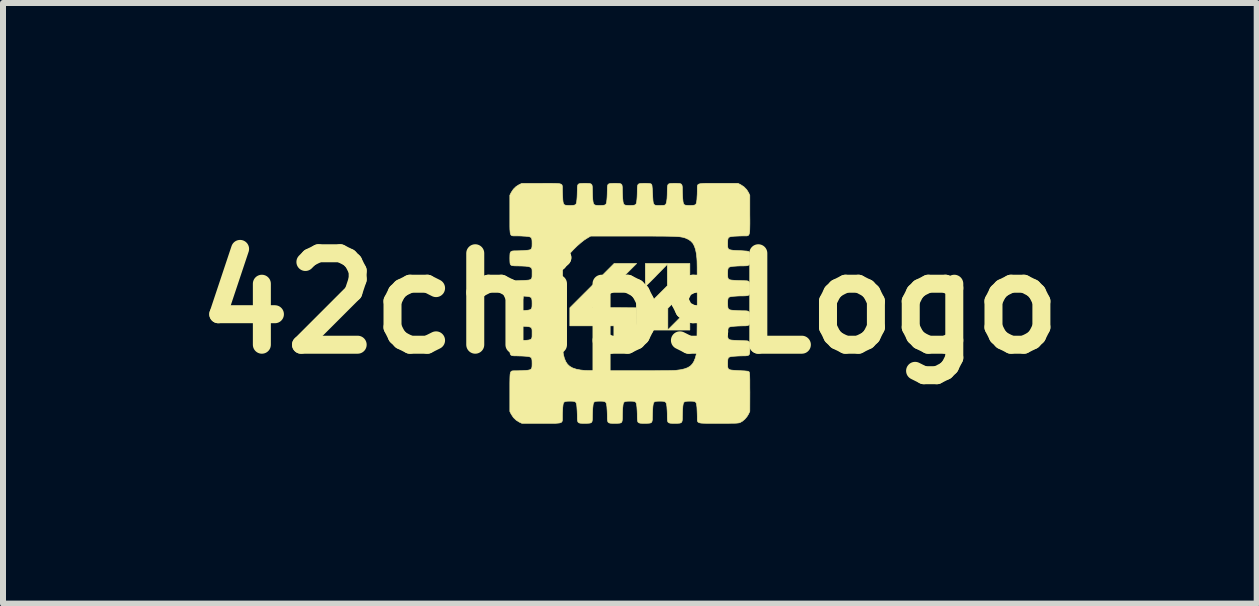
<source format=kicad_pcb>
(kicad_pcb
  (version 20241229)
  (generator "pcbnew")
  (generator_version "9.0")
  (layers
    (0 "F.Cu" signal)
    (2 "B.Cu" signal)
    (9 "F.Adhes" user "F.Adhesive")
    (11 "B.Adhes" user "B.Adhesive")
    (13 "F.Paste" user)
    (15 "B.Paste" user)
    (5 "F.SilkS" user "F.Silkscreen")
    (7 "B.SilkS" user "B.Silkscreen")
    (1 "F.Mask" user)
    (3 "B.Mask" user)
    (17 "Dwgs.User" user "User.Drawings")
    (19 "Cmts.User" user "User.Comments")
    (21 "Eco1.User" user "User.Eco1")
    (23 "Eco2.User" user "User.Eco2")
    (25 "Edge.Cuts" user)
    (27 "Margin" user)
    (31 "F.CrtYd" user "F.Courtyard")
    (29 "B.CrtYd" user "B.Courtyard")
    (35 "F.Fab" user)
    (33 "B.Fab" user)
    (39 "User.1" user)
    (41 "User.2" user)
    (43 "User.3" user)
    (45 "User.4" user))
  (footprint "42chipsLogo"
    (layer "F.Cu")
    (at 7.446 2.005)
    (property "Reference" "42chipsLogo" (at 0 0 0) (layer "F.SilkS") (effects (font (size 1.524 1.524) (thickness 0.3))))
    (attr through_hole)
    (fp_poly (pts (xy -0.621 0.07) (xy -0.258 0.072) (xy 0.105 0.074) (xy 0.107 0.412) (xy 0.11 0.75) (xy -0.266 0.75) (xy -0.266 0.375) (xy -1 0.375) (xy -1 0.074) (xy -0.631 -0.295) (xy -0.262 -0.664) (xy 0.113 -0.664) (xy -0.621 0.07)) (stroke (width 0.01) (type solid)) (fill yes) (layer "F.SilkS"))
    (fp_poly (pts (xy 1 -0.285) (xy 0.816 -0.102) (xy 0.633 0.082) (xy 0.633 0.441) (xy 0.816 0.258) (xy 1 0.074) (xy 1 0.445) (xy 0.258 0.445) (xy 0.258 0.074) (xy 0.441 -0.109) (xy 0.625 -0.293) (xy 0.625 -0.651) (xy 0.448 -0.47) (xy 0.406 -0.426) (xy 0.366 -0.386) (xy 0.331 -0.351) (xy 0.302 -0.323) (xy 0.281 -0.302) (xy 0.268 -0.291) (xy 0.265 -0.289) (xy 0.263 -0.296) (xy 0.261 -0.318) (xy 0.259 -0.351) (xy 0.258 -0.395) (xy 0.258 -0.447) (xy 0.258 -0.476) (xy 0.258 -0.664) (xy 1 -0.664) (xy 1 -0.285)) (stroke (width 0.01) (type solid)) (fill yes) (layer "F.SilkS"))
    (fp_poly (pts (xy 1.415 -2) (xy 1.479 -2) (xy 1.802 -2) (xy 1.849 -1.976) (xy 1.902 -1.941) (xy 1.947 -1.895) (xy 1.98 -1.842) (xy 1.98 -1.841) (xy 1.999 -1.8) (xy 1.999 -1.478) (xy 2 -1.394) (xy 2 -1.325) (xy 1.999 -1.269) (xy 1.998 -1.224) (xy 1.996 -1.189) (xy 1.991 -1.164) (xy 1.985 -1.146) (xy 1.976 -1.134) (xy 1.964 -1.127) (xy 1.948 -1.124) (xy 1.929 -1.124) (xy 1.905 -1.124) (xy 1.884 -1.124) (xy 1.84 -1.123) (xy 1.792 -1.121) (xy 1.748 -1.119) (xy 1.731 -1.118) (xy 1.691 -1.113) (xy 1.663 -1.107) (xy 1.645 -1.095) (xy 1.635 -1.077) (xy 1.631 -1.048) (xy 1.63 -1.006) (xy 1.63 -1) (xy 1.63 -0.965) (xy 1.631 -0.938) (xy 1.636 -0.919) (xy 1.645 -0.904) (xy 1.661 -0.895) (xy 1.686 -0.889) (xy 1.721 -0.884) (xy 1.769 -0.881) (xy 1.821 -0.879) (xy 1.874 -0.876) (xy 1.915 -0.873) (xy 1.944 -0.871) (xy 1.963 -0.868) (xy 1.976 -0.865) (xy 1.984 -0.861) (xy 1.988 -0.856) (xy 1.994 -0.843) (xy 1.997 -0.821) (xy 1.999 -0.787) (xy 2 -0.748) (xy 1.999 -0.702) (xy 1.997 -0.669) (xy 1.99 -0.647) (xy 1.976 -0.634) (xy 1.954 -0.627) (xy 1.921 -0.625) (xy 1.88 -0.624) (xy 1.836 -0.624) (xy 1.789 -0.622) (xy 1.747 -0.619) (xy 1.727 -0.618) (xy 1.689 -0.613) (xy 1.662 -0.606) (xy 1.645 -0.594) (xy 1.635 -0.575) (xy 1.631 -0.546) (xy 1.63 -0.504) (xy 1.63 -0.5) (xy 1.63 -0.462) (xy 1.632 -0.434) (xy 1.638 -0.414) (xy 1.65 -0.4) (xy 1.669 -0.392) (xy 1.698 -0.387) (xy 1.738 -0.384) (xy 1.791 -0.381) (xy 1.836 -0.38) (xy 1.877 -0.378) (xy 1.911 -0.377) (xy 1.935 -0.376) (xy 1.943 -0.376) (xy 1.964 -0.373) (xy 1.98 -0.365) (xy 1.99 -0.35) (xy 1.996 -0.326) (xy 1.999 -0.29) (xy 2 -0.25) (xy 1.999 -0.203) (xy 1.997 -0.17) (xy 1.99 -0.148) (xy 1.977 -0.134) (xy 1.956 -0.128) (xy 1.924 -0.125) (xy 1.884 -0.124) (xy 1.84 -0.124) (xy 1.792 -0.122) (xy 1.748 -0.119) (xy 1.731 -0.118) (xy 1.691 -0.113) (xy 1.663 -0.107) (xy 1.645 -0.096) (xy 1.635 -0.077) (xy 1.631 -0.048) (xy 1.63 -0.006) (xy 1.63 0) (xy 1.631 0.042) (xy 1.634 0.072) (xy 1.642 0.092) (xy 1.657 0.104) (xy 1.682 0.112) (xy 1.719 0.116) (xy 1.751 0.118) (xy 1.796 0.121) (xy 1.842 0.123) (xy 1.884 0.124) (xy 1.904 0.124) (xy 1.94 0.125) (xy 1.965 0.129) (xy 1.982 0.138) (xy 1.992 0.153) (xy 1.998 0.179) (xy 1.999 0.216) (xy 2 0.25) (xy 1.999 0.297) (xy 1.997 0.33) (xy 1.99 0.352) (xy 1.977 0.365) (xy 1.957 0.372) (xy 1.926 0.375) (xy 1.892 0.375) (xy 1.847 0.376) (xy 1.796 0.378) (xy 1.748 0.381) (xy 1.739 0.382) (xy 1.696 0.386) (xy 1.666 0.392) (xy 1.647 0.403) (xy 1.636 0.421) (xy 1.631 0.448) (xy 1.63 0.488) (xy 1.63 0.5) (xy 1.63 0.538) (xy 1.632 0.566) (xy 1.638 0.586) (xy 1.65 0.6) (xy 1.67 0.608) (xy 1.699 0.613) (xy 1.741 0.616) (xy 1.787 0.618) (xy 1.832 0.62) (xy 1.873 0.622) (xy 1.908 0.623) (xy 1.932 0.624) (xy 1.939 0.624) (xy 1.962 0.626) (xy 1.978 0.633) (xy 1.989 0.647) (xy 1.996 0.67) (xy 1.999 0.704) (xy 2 0.75) (xy 1.999 0.796) (xy 1.997 0.83) (xy 1.99 0.852) (xy 1.977 0.865) (xy 1.956 0.872) (xy 1.924 0.875) (xy 1.884 0.875) (xy 1.84 0.876) (xy 1.792 0.878) (xy 1.748 0.881) (xy 1.731 0.882) (xy 1.691 0.886) (xy 1.663 0.893) (xy 1.645 0.904) (xy 1.635 0.923) (xy 1.631 0.952) (xy 1.63 0.993) (xy 1.63 1) (xy 1.63 1.034) (xy 1.631 1.061) (xy 1.636 1.081) (xy 1.645 1.095) (xy 1.661 1.105) (xy 1.686 1.111) (xy 1.721 1.115) (xy 1.769 1.118) (xy 1.821 1.121) (xy 1.874 1.124) (xy 1.915 1.126) (xy 1.944 1.129) (xy 1.963 1.131) (xy 1.976 1.135) (xy 1.984 1.139) (xy 1.988 1.144) (xy 1.991 1.15) (xy 1.994 1.161) (xy 1.995 1.178) (xy 1.997 1.203) (xy 1.998 1.237) (xy 1.999 1.281) (xy 1.999 1.337) (xy 1.999 1.406) (xy 2 1.48) (xy 1.999 1.8) (xy 1.977 1.847) (xy 1.951 1.889) (xy 1.916 1.93) (xy 1.876 1.964) (xy 1.841 1.984) (xy 1.832 1.988) (xy 1.822 1.991) (xy 1.809 1.993) (xy 1.792 1.995) (xy 1.77 1.997) (xy 1.74 1.998) (xy 1.701 1.998) (xy 1.651 1.999) (xy 1.59 1.999) (xy 1.515 1.999) (xy 1.482 1.999) (xy 1.398 2) (xy 1.328 2) (xy 1.271 1.999) (xy 1.226 1.998) (xy 1.191 1.996) (xy 1.165 1.992) (xy 1.146 1.985) (xy 1.134 1.976) (xy 1.128 1.965) (xy 1.124 1.949) (xy 1.124 1.93) (xy 1.124 1.907) (xy 1.124 1.884) (xy 1.123 1.84) (xy 1.121 1.792) (xy 1.119 1.748) (xy 1.118 1.731) (xy 1.113 1.691) (xy 1.107 1.663) (xy 1.095 1.645) (xy 1.077 1.635) (xy 1.048 1.631) (xy 1.006 1.63) (xy 1 1.63) (xy 0.956 1.631) (xy 0.926 1.635) (xy 0.906 1.644) (xy 0.894 1.66) (xy 0.887 1.687) (xy 0.882 1.725) (xy 0.882 1.731) (xy 0.879 1.771) (xy 0.877 1.818) (xy 0.876 1.865) (xy 0.875 1.884) (xy 0.875 1.927) (xy 0.872 1.958) (xy 0.864 1.979) (xy 0.85 1.991) (xy 0.827 1.997) (xy 0.793 1.999) (xy 0.75 2) (xy 0.703 1.999) (xy 0.67 1.997) (xy 0.648 1.99) (xy 0.634 1.977) (xy 0.627 1.955) (xy 0.625 1.923) (xy 0.624 1.88) (xy 0.624 1.836) (xy 0.622 1.789) (xy 0.619 1.747) (xy 0.618 1.727) (xy 0.613 1.689) (xy 0.606 1.662) (xy 0.594 1.645) (xy 0.575 1.635) (xy 0.546 1.631) (xy 0.504 1.63) (xy 0.5 1.63) (xy 0.457 1.631) (xy 0.427 1.634) (xy 0.407 1.643) (xy 0.395 1.66) (xy 0.388 1.686) (xy 0.383 1.725) (xy 0.382 1.743) (xy 0.379 1.788) (xy 0.377 1.838) (xy 0.376 1.883) (xy 0.375 1.896) (xy 0.375 1.935) (xy 0.371 1.962) (xy 0.363 1.981) (xy 0.348 1.992) (xy 0.324 1.997) (xy 0.288 1.999) (xy 0.25 2) (xy 0.203 1.999) (xy 0.17 1.997) (xy 0.148 1.99) (xy 0.134 1.977) (xy 0.128 1.956) (xy 0.125 1.924) (xy 0.124 1.884) (xy 0.124 1.84) (xy 0.122 1.792) (xy 0.119 1.748) (xy 0.118 1.731) (xy 0.113 1.691) (xy 0.107 1.663) (xy 0.096 1.645) (xy 0.077 1.635) (xy 0.048 1.631) (xy 0.006 1.63) (xy 0 1.63) (xy -0.043 1.631) (xy -0.074 1.635) (xy -0.094 1.644) (xy -0.106 1.66) (xy -0.113 1.687) (xy -0.117 1.725) (xy -0.118 1.731) (xy -0.121 1.771) (xy -0.123 1.818) (xy -0.124 1.865) (xy -0.124 1.884) (xy -0.125 1.927) (xy -0.128 1.958) (xy -0.135 1.979) (xy -0.149 1.991) (xy -0.173 1.997) (xy -0.207 1.999) (xy -0.25 2) (xy -0.297 1.999) (xy -0.33 1.997) (xy -0.352 1.99) (xy -0.365 1.977) (xy -0.372 1.955) (xy -0.375 1.923) (xy -0.375 1.88) (xy -0.376 1.836) (xy -0.378 1.789) (xy -0.381 1.747) (xy -0.382 1.727) (xy -0.387 1.689) (xy -0.394 1.662) (xy -0.405 1.645) (xy -0.425 1.635) (xy -0.454 1.631) (xy -0.496 1.63) (xy -0.5 1.63) (xy -0.543 1.631) (xy -0.573 1.634) (xy -0.593 1.643) (xy -0.605 1.66) (xy -0.612 1.686) (xy -0.616 1.725) (xy -0.618 1.743) (xy -0.621 1.788) (xy -0.623 1.838) (xy -0.624 1.883) (xy -0.624 1.896) (xy -0.625 1.935) (xy -0.628 1.962) (xy -0.636 1.981) (xy -0.652 1.992) (xy -0.676 1.997) (xy -0.712 1.999) (xy -0.75 2) (xy -0.796 1.999) (xy -0.83 1.997) (xy -0.852 1.99) (xy -0.865 1.977) (xy -0.872 1.956) (xy -0.875 1.924) (xy -0.875 1.884) (xy -0.876 1.84) (xy -0.878 1.792) (xy -0.881 1.748) (xy -0.882 1.731) (xy -0.886 1.691) (xy -0.893 1.663) (xy -0.904 1.645) (xy -0.923 1.635) (xy -0.952 1.631) (xy -0.993 1.63) (xy -1 1.63) (xy -1.043 1.631) (xy -1.073 1.635) (xy -1.093 1.644) (xy -1.106 1.66) (xy -1.113 1.687) (xy -1.117 1.725) (xy -1.118 1.731) (xy -1.12 1.771) (xy -1.123 1.818) (xy -1.124 1.865) (xy -1.124 1.884) (xy -1.124 1.912) (xy -1.124 1.934) (xy -1.125 1.953) (xy -1.129 1.967) (xy -1.137 1.979) (xy -1.15 1.987) (xy -1.17 1.993) (xy -1.197 1.996) (xy -1.235 1.999) (xy -1.282 2) (xy -1.342 2) (xy -1.415 2) (xy -1.478 1.999) (xy -1.8 1.999) (xy -1.841 1.98) (xy -1.894 1.947) (xy -1.94 1.903) (xy -1.975 1.85) (xy -1.976 1.849) (xy -2 1.802) (xy -2 1.479) (xy -2 1.395) (xy -2 1.326) (xy -1.999 1.269) (xy -1.998 1.224) (xy -1.996 1.19) (xy -1.992 1.164) (xy -1.986 1.146) (xy -1.977 1.134) (xy -1.966 1.128) (xy -1.951 1.125) (xy -1.933 1.124) (xy -1.91 1.124) (xy -1.892 1.124) (xy -1.847 1.123) (xy -1.796 1.121) (xy -1.748 1.118) (xy -1.739 1.118) (xy -1.696 1.114) (xy -1.665 1.107) (xy -1.646 1.096) (xy -1.635 1.078) (xy -1.63 1.05) (xy -1.629 1.01) (xy -1.629 1) (xy -1.63 0.956) (xy -1.634 0.926) (xy -1.643 0.906) (xy -1.661 0.894) (xy -1.688 0.887) (xy -1.728 0.882) (xy -1.731 0.882) (xy -1.771 0.879) (xy -1.818 0.877) (xy -1.865 0.876) (xy -1.884 0.875) (xy -1.927 0.875) (xy -1.958 0.872) (xy -1.979 0.864) (xy -1.991 0.85) (xy -1.997 0.827) (xy -1.999 0.793) (xy -2 0.75) (xy -1.999 0.703) (xy -1.996 0.669) (xy -1.989 0.647) (xy -1.978 0.633) (xy -1.961 0.627) (xy -1.937 0.624) (xy -1.935 0.624) (xy -1.915 0.624) (xy -1.884 0.622) (xy -1.844 0.621) (xy -1.801 0.619) (xy -1.783 0.618) (xy -1.73 0.616) (xy -1.691 0.612) (xy -1.664 0.606) (xy -1.646 0.597) (xy -1.635 0.581) (xy -1.63 0.559) (xy -1.629 0.528) (xy -1.629 0.5) (xy -1.629 0.465) (xy -1.63 0.439) (xy -1.635 0.419) (xy -1.644 0.405) (xy -1.661 0.395) (xy -1.686 0.389) (xy -1.721 0.385) (xy -1.769 0.382) (xy -1.821 0.379) (xy -1.874 0.376) (xy -1.915 0.374) (xy -1.944 0.371) (xy -1.963 0.368) (xy -1.976 0.365) (xy -1.984 0.361) (xy -1.988 0.356) (xy -1.994 0.343) (xy -1.997 0.321) (xy -1.999 0.287) (xy -2 0.248) (xy -1.999 0.202) (xy -1.996 0.169) (xy -1.99 0.147) (xy -1.977 0.134) (xy -1.956 0.127) (xy -1.925 0.125) (xy -1.892 0.125) (xy -1.847 0.124) (xy -1.796 0.122) (xy -1.748 0.119) (xy -1.739 0.118) (xy -1.696 0.114) (xy -1.665 0.107) (xy -1.646 0.096) (xy -1.635 0.078) (xy -1.63 0.051) (xy -1.629 0.011) (xy -1.629 0) (xy -1.63 -0.043) (xy -1.634 -0.074) (xy -1.643 -0.094) (xy -1.661 -0.106) (xy -1.688 -0.113) (xy -1.728 -0.118) (xy -1.731 -0.118) (xy -1.771 -0.121) (xy -1.818 -0.123) (xy -1.865 -0.124) (xy -1.884 -0.124) (xy -1.927 -0.125) (xy -1.958 -0.128) (xy -1.979 -0.135) (xy -1.991 -0.149) (xy -1.997 -0.173) (xy -1.999 -0.207) (xy -2 -0.25) (xy -1.999 -0.297) (xy -1.996 -0.331) (xy -1.989 -0.353) (xy -1.978 -0.366) (xy -1.961 -0.373) (xy -1.937 -0.376) (xy -1.935 -0.376) (xy -1.915 -0.376) (xy -1.884 -0.377) (xy -1.844 -0.379) (xy -1.801 -0.381) (xy -1.783 -0.381) (xy -1.73 -0.384) (xy -1.691 -0.387) (xy -1.664 -0.393) (xy -1.646 -0.403) (xy -1.635 -0.418) (xy -1.63 -0.441) (xy -1.629 -0.472) (xy -1.629 -0.5) (xy -1.629 -0.536) (xy -1.63 -0.561) (xy -1.634 -0.577) (xy -1.639 -0.587) (xy -1.646 -0.595) (xy -1.663 -0.605) (xy -1.693 -0.613) (xy -1.736 -0.619) (xy -1.794 -0.622) (xy -1.866 -0.624) (xy -1.88 -0.624) (xy -1.925 -0.625) (xy -1.957 -0.628) (xy -1.978 -0.635) (xy -1.991 -0.649) (xy -1.992 -0.652) (xy -1.121 -0.652) (xy -1.121 0.066) (xy -1.121 0.191) (xy -1.12 0.3) (xy -1.12 0.396) (xy -1.12 0.48) (xy -1.12 0.552) (xy -1.119 0.613) (xy -1.118 0.665) (xy -1.118 0.708) (xy -1.117 0.744) (xy -1.115 0.773) (xy -1.114 0.797) (xy -1.112 0.816) (xy -1.111 0.831) (xy -1.108 0.845) (xy -1.108 0.849) (xy -1.091 0.916) (xy -1.068 0.971) (xy -1.039 1.015) (xy -1.001 1.05) (xy -0.953 1.077) (xy -0.893 1.097) (xy -0.821 1.111) (xy -0.772 1.116) (xy -0.751 1.118) (xy -0.717 1.119) (xy -0.67 1.12) (xy -0.611 1.12) (xy -0.543 1.121) (xy -0.466 1.122) (xy -0.381 1.122) (xy -0.292 1.123) (xy -0.198 1.123) (xy -0.101 1.123) (xy -0.003 1.123) (xy 0.096 1.123) (xy 0.192 1.123) (xy 0.286 1.123) (xy 0.376 1.123) (xy 0.459 1.122) (xy 0.536 1.121) (xy 0.604 1.121) (xy 0.662 1.12) (xy 0.709 1.119) (xy 0.743 1.118) (xy 0.762 1.117) (xy 0.842 1.107) (xy 0.909 1.092) (xy 0.964 1.072) (xy 1.008 1.045) (xy 1.043 1.009) (xy 1.07 0.964) (xy 1.092 0.908) (xy 1.109 0.841) (xy 1.111 0.834) (xy 1.112 0.819) (xy 1.114 0.789) (xy 1.115 0.746) (xy 1.116 0.692) (xy 1.118 0.627) (xy 1.119 0.554) (xy 1.12 0.473) (xy 1.121 0.386) (xy 1.121 0.294) (xy 1.122 0.198) (xy 1.123 0.1) (xy 1.123 0.001) (xy 1.123 -0.097) (xy 1.123 -0.193) (xy 1.123 -0.286) (xy 1.123 -0.375) (xy 1.123 -0.458) (xy 1.122 -0.533) (xy 1.122 -0.6) (xy 1.121 -0.658) (xy 1.12 -0.703) (xy 1.118 -0.737) (xy 1.117 -0.751) (xy 1.108 -0.832) (xy 1.094 -0.9) (xy 1.075 -0.955) (xy 1.051 -1) (xy 1.019 -1.035) (xy 0.981 -1.063) (xy 0.934 -1.085) (xy 0.918 -1.091) (xy 0.901 -1.096) (xy 0.884 -1.101) (xy 0.865 -1.104) (xy 0.843 -1.108) (xy 0.817 -1.111) (xy 0.786 -1.113) (xy 0.748 -1.115) (xy 0.704 -1.117) (xy 0.652 -1.118) (xy 0.591 -1.119) (xy 0.519 -1.12) (xy 0.437 -1.12) (xy 0.342 -1.121) (xy 0.234 -1.121) (xy 0.112 -1.121) (xy 0.055 -1.121) (xy -0.652 -1.121) (xy -0.699 -1.094) (xy -0.756 -1.058) (xy -0.816 -1.011) (xy -0.878 -0.957) (xy -0.938 -0.898) (xy -0.995 -0.837) (xy -1.044 -0.776) (xy -1.084 -0.719) (xy -1.102 -0.687) (xy -1.121 -0.652) (xy -1.992 -0.652) (xy -1.997 -0.672) (xy -1.999 -0.706) (xy -2 -0.75) (xy -1.999 -0.796) (xy -1.997 -0.83) (xy -1.99 -0.852) (xy -1.977 -0.865) (xy -1.957 -0.872) (xy -1.926 -0.875) (xy -1.892 -0.875) (xy -1.847 -0.876) (xy -1.796 -0.878) (xy -1.748 -0.881) (xy -1.739 -0.882) (xy -1.696 -0.886) (xy -1.665 -0.892) (xy -1.646 -0.903) (xy -1.635 -0.921) (xy -1.63 -0.949) (xy -1.629 -0.989) (xy -1.629 -1) (xy -1.63 -1.043) (xy -1.634 -1.073) (xy -1.643 -1.093) (xy -1.661 -1.106) (xy -1.688 -1.113) (xy -1.728 -1.117) (xy -1.731 -1.118) (xy -1.771 -1.12) (xy -1.818 -1.123) (xy -1.865 -1.124) (xy -1.884 -1.124) (xy -1.912 -1.124) (xy -1.934 -1.124) (xy -1.953 -1.125) (xy -1.967 -1.129) (xy -1.979 -1.136) (xy -1.987 -1.15) (xy -1.993 -1.169) (xy -1.996 -1.197) (xy -1.999 -1.234) (xy -2 -1.282) (xy -2 -1.342) (xy -2 -1.415) (xy -2 -1.479) (xy -2 -1.802) (xy -1.976 -1.849) (xy -1.941 -1.902) (xy -1.895 -1.947) (xy -1.842 -1.98) (xy -1.841 -1.98) (xy -1.8 -1.999) (xy -1.478 -1.999) (xy -1.394 -2) (xy -1.325 -2) (xy -1.269 -1.999) (xy -1.224 -1.998) (xy -1.189 -1.996) (xy -1.164 -1.992) (xy -1.146 -1.985) (xy -1.134 -1.977) (xy -1.128 -1.965) (xy -1.125 -1.951) (xy -1.124 -1.932) (xy -1.124 -1.91) (xy -1.124 -1.892) (xy -1.123 -1.847) (xy -1.121 -1.796) (xy -1.118 -1.748) (xy -1.118 -1.739) (xy -1.114 -1.697) (xy -1.108 -1.667) (xy -1.097 -1.648) (xy -1.08 -1.637) (xy -1.053 -1.633) (xy -1.013 -1.631) (xy -1 -1.631) (xy -0.956 -1.632) (xy -0.926 -1.636) (xy -0.906 -1.644) (xy -0.894 -1.66) (xy -0.887 -1.686) (xy -0.883 -1.723) (xy -0.882 -1.731) (xy -0.879 -1.771) (xy -0.877 -1.818) (xy -0.876 -1.865) (xy -0.875 -1.884) (xy -0.875 -1.927) (xy -0.872 -1.958) (xy -0.864 -1.979) (xy -0.85 -1.991) (xy -0.827 -1.997) (xy -0.793 -1.999) (xy -0.75 -2) (xy -0.703 -1.999) (xy -0.67 -1.997) (xy -0.648 -1.99) (xy -0.634 -1.977) (xy -0.627 -1.956) (xy -0.625 -1.924) (xy -0.624 -1.884) (xy -0.623 -1.84) (xy -0.622 -1.792) (xy -0.619 -1.748) (xy -0.618 -1.731) (xy -0.613 -1.692) (xy -0.607 -1.664) (xy -0.596 -1.647) (xy -0.578 -1.637) (xy -0.55 -1.632) (xy -0.509 -1.631) (xy -0.5 -1.631) (xy -0.457 -1.632) (xy -0.426 -1.636) (xy -0.406 -1.644) (xy -0.394 -1.66) (xy -0.387 -1.686) (xy -0.383 -1.723) (xy -0.382 -1.731) (xy -0.379 -1.771) (xy -0.377 -1.818) (xy -0.376 -1.865) (xy -0.375 -1.884) (xy -0.375 -1.927) (xy -0.372 -1.958) (xy -0.365 -1.979) (xy -0.35 -1.991) (xy -0.327 -1.997) (xy -0.293 -1.999) (xy -0.25 -2) (xy -0.203 -1.999) (xy -0.17 -1.997) (xy -0.148 -1.99) (xy -0.134 -1.977) (xy -0.128 -1.957) (xy -0.125 -1.926) (xy -0.125 -1.892) (xy -0.124 -1.847) (xy -0.122 -1.796) (xy -0.119 -1.748) (xy -0.118 -1.739) (xy -0.114 -1.697) (xy -0.108 -1.667) (xy -0.098 -1.648) (xy -0.08 -1.637) (xy -0.053 -1.633) (xy -0.014 -1.631) (xy 0 -1.631) (xy 0.043 -1.632) (xy 0.074 -1.636) (xy 0.094 -1.644) (xy 0.106 -1.66) (xy 0.113 -1.686) (xy 0.117 -1.723) (xy 0.118 -1.731) (xy 0.121 -1.771) (xy 0.123 -1.818) (xy 0.124 -1.865) (xy 0.124 -1.884) (xy 0.125 -1.928) (xy 0.128 -1.958) (xy 0.136 -1.979) (xy 0.15 -1.991) (xy 0.173 -1.997) (xy 0.208 -1.999) (xy 0.248 -2) (xy 0.294 -1.999) (xy 0.325 -1.997) (xy 0.346 -1.993) (xy 0.356 -1.988) (xy 0.361 -1.983) (xy 0.365 -1.975) (xy 0.369 -1.962) (xy 0.371 -1.941) (xy 0.374 -1.911) (xy 0.376 -1.87) (xy 0.379 -1.82) (xy 0.382 -1.761) (xy 0.385 -1.716) (xy 0.389 -1.683) (xy 0.396 -1.66) (xy 0.406 -1.645) (xy 0.421 -1.636) (xy 0.441 -1.632) (xy 0.469 -1.631) (xy 0.5 -1.631) (xy 0.537 -1.632) (xy 0.563 -1.633) (xy 0.579 -1.636) (xy 0.59 -1.642) (xy 0.596 -1.647) (xy 0.606 -1.666) (xy 0.614 -1.7) (xy 0.62 -1.749) (xy 0.623 -1.813) (xy 0.624 -1.876) (xy 0.625 -1.922) (xy 0.628 -1.955) (xy 0.635 -1.977) (xy 0.648 -1.99) (xy 0.671 -1.997) (xy 0.704 -1.999) (xy 0.75 -2) (xy 0.796 -1.999) (xy 0.83 -1.997) (xy 0.852 -1.99) (xy 0.865 -1.977) (xy 0.872 -1.957) (xy 0.875 -1.926) (xy 0.875 -1.892) (xy 0.876 -1.847) (xy 0.878 -1.796) (xy 0.881 -1.748) (xy 0.882 -1.739) (xy 0.886 -1.697) (xy 0.892 -1.667) (xy 0.902 -1.648) (xy 0.92 -1.637) (xy 0.947 -1.633) (xy 0.986 -1.631) (xy 1 -1.631) (xy 1.043 -1.632) (xy 1.073 -1.636) (xy 1.093 -1.644) (xy 1.105 -1.66) (xy 1.112 -1.686) (xy 1.117 -1.723) (xy 1.118 -1.731) (xy 1.12 -1.771) (xy 1.123 -1.818) (xy 1.124 -1.865) (xy 1.124 -1.884) (xy 1.124 -1.912) (xy 1.124 -1.934) (xy 1.125 -1.953) (xy 1.129 -1.967) (xy 1.136 -1.979) (xy 1.15 -1.987) (xy 1.169 -1.993) (xy 1.197 -1.996) (xy 1.234 -1.999) (xy 1.282 -2) (xy 1.342 -2) (xy 1.415 -2)) (stroke (width 0.01) (type solid)) (fill yes) (layer "F.SilkS")))
  (gr_rect
    (start -3 -3)
    (end 17.892 7.009)
    (stroke (width 0.1) (type default))
    (fill no)
    (layer "Edge.Cuts")))
</source>
